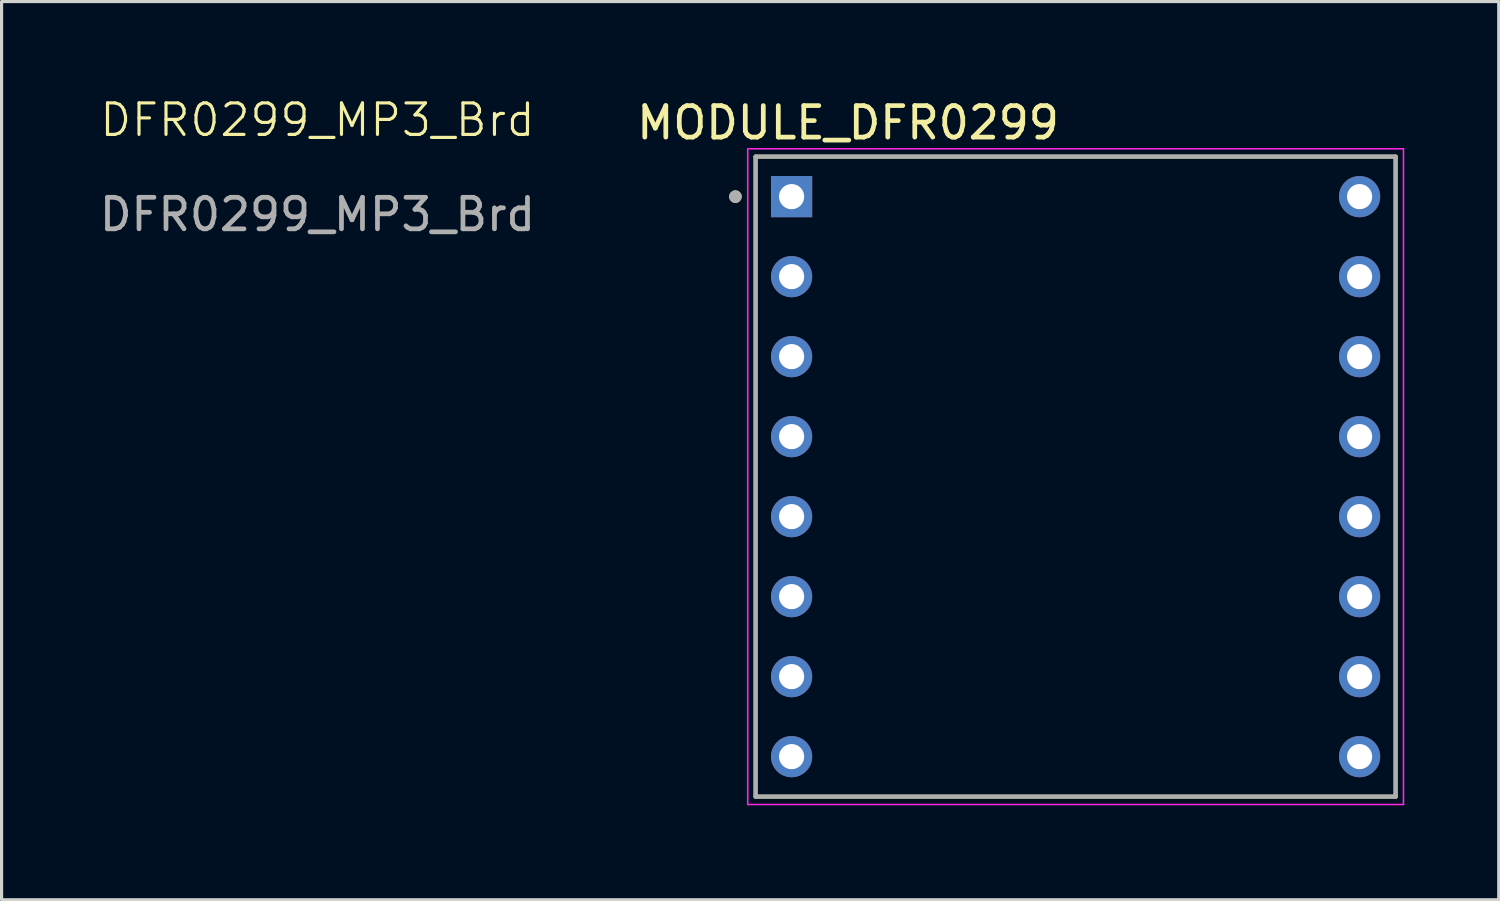
<source format=kicad_pcb>
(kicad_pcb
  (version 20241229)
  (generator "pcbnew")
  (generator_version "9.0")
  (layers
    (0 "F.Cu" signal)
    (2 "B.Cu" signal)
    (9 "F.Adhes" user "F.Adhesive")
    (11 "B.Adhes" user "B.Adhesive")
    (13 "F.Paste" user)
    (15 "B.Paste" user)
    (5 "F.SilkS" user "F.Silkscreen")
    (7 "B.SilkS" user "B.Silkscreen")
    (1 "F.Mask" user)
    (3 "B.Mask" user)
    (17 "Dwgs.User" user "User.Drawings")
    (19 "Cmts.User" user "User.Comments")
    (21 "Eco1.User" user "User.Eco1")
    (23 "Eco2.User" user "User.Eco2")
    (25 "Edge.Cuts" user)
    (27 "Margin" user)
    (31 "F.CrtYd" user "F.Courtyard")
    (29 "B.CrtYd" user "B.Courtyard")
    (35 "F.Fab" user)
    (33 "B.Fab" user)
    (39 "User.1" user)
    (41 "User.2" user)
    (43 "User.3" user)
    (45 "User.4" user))
  (footprint "MODULE_DFR0299"
    (layer "F.Cu")
    (at 31.1 12.083)
    (property "Reference" "MODULE_DFR0299" (at -7.225 -11.235 0) (layer "F.SilkS") (effects (font (size 1 1) (thickness 0.15))))
    (attr through_hole)
    (fp_line (start -10.16 -10.16) (end 10.16 -10.16) (stroke (width 0.127) (type solid)) (layer "F.SilkS"))
    (fp_line (start -10.16 10.16) (end -10.16 -10.16) (stroke (width 0.127) (type solid)) (layer "F.SilkS"))
    (fp_line (start 10.16 -10.16) (end 10.16 10.16) (stroke (width 0.127) (type solid)) (layer "F.SilkS"))
    (fp_line (start 10.16 10.16) (end -10.16 10.16) (stroke (width 0.127) (type solid)) (layer "F.SilkS"))
    (fp_circle (center -10.8 -8.89) (end -10.7 -8.89) (stroke (width 0.2) (type solid)) (fill no) (layer "F.SilkS"))
    (fp_line (start -10.41 -10.41) (end 10.41 -10.41) (stroke (width 0.05) (type solid)) (layer "F.CrtYd"))
    (fp_line (start -10.41 10.41) (end -10.41 -10.41) (stroke (width 0.05) (type solid)) (layer "F.CrtYd"))
    (fp_line (start 10.41 -10.41) (end 10.41 10.41) (stroke (width 0.05) (type solid)) (layer "F.CrtYd"))
    (fp_line (start 10.41 10.41) (end -10.41 10.41) (stroke (width 0.05) (type solid)) (layer "F.CrtYd"))
    (fp_line (start -10.16 -10.16) (end 10.16 -10.16) (stroke (width 0.127) (type solid)) (layer "F.Fab"))
    (fp_line (start -10.16 10.16) (end -10.16 -10.16) (stroke (width 0.127) (type solid)) (layer "F.Fab"))
    (fp_line (start 10.16 -10.16) (end 10.16 10.16) (stroke (width 0.127) (type solid)) (layer "F.Fab"))
    (fp_line (start 10.16 10.16) (end -10.16 10.16) (stroke (width 0.127) (type solid)) (layer "F.Fab"))
    (fp_circle (center -10.8 -8.89) (end -10.7 -8.89) (stroke (width 0.2) (type solid)) (fill no) (layer "F.Fab"))
    (pad "1" thru_hole rect (at -9.017 -8.89) (size 1.308 1.308) (drill 0.8) (layers "*.Cu" "*.Mask"))
    (pad "2" thru_hole circle (at -9.017 -6.35) (size 1.308 1.308) (drill 0.8) (layers "*.Cu" "*.Mask"))
    (pad "3" thru_hole circle (at -9.017 -3.81) (size 1.308 1.308) (drill 0.8) (layers "*.Cu" "*.Mask"))
    (pad "4" thru_hole circle (at -9.017 -1.27) (size 1.308 1.308) (drill 0.8) (layers "*.Cu" "*.Mask"))
    (pad "5" thru_hole circle (at -9.017 1.27) (size 1.308 1.308) (drill 0.8) (layers "*.Cu" "*.Mask"))
    (pad "6" thru_hole circle (at -9.017 3.81) (size 1.308 1.308) (drill 0.8) (layers "*.Cu" "*.Mask"))
    (pad "7" thru_hole circle (at -9.017 6.35) (size 1.308 1.308) (drill 0.8) (layers "*.Cu" "*.Mask"))
    (pad "8" thru_hole circle (at -9.017 8.89) (size 1.308 1.308) (drill 0.8) (layers "*.Cu" "*.Mask"))
    (pad "9" thru_hole circle (at 9.017 8.89) (size 1.308 1.308) (drill 0.8) (layers "*.Cu" "*.Mask"))
    (pad "10" thru_hole circle (at 9.017 6.35) (size 1.308 1.308) (drill 0.8) (layers "*.Cu" "*.Mask"))
    (pad "11" thru_hole circle (at 9.017 3.81) (size 1.308 1.308) (drill 0.8) (layers "*.Cu" "*.Mask"))
    (pad "12" thru_hole circle (at 9.017 1.27) (size 1.308 1.308) (drill 0.8) (layers "*.Cu" "*.Mask"))
    (pad "13" thru_hole circle (at 9.017 -1.27) (size 1.308 1.308) (drill 0.8) (layers "*.Cu" "*.Mask"))
    (pad "14" thru_hole circle (at 9.017 -3.81) (size 1.308 1.308) (drill 0.8) (layers "*.Cu" "*.Mask"))
    (pad "15" thru_hole circle (at 9.017 -6.35) (size 1.308 1.308) (drill 0.8) (layers "*.Cu" "*.Mask"))
    (pad "16" thru_hole circle (at 9.017 -8.89) (size 1.308 1.308) (drill 0.8) (layers "*.Cu" "*.Mask")))
  (footprint "DFR0299_MP3_Brd"
    (layer "F.Cu")
    (at 7.03 1.26)
    (property "Reference" "DFR0299_MP3_Brd" (at 0 -0.5 0) (unlocked yes) (layer "F.SilkS") (effects (font (size 1 1) (thickness 0.1))))
    (attr smd)
    (fp_text user "${REFERENCE}" (at 0 2.5 0) (unlocked yes) (layer "F.Fab") (effects (font (size 1 1) (thickness 0.15)))))
  (gr_rect
    (start -3 -3)
    (end 44.535 25.518)
    (stroke (width 0.1) (type default))
    (fill no)
    (layer "Edge.Cuts")))
</source>
